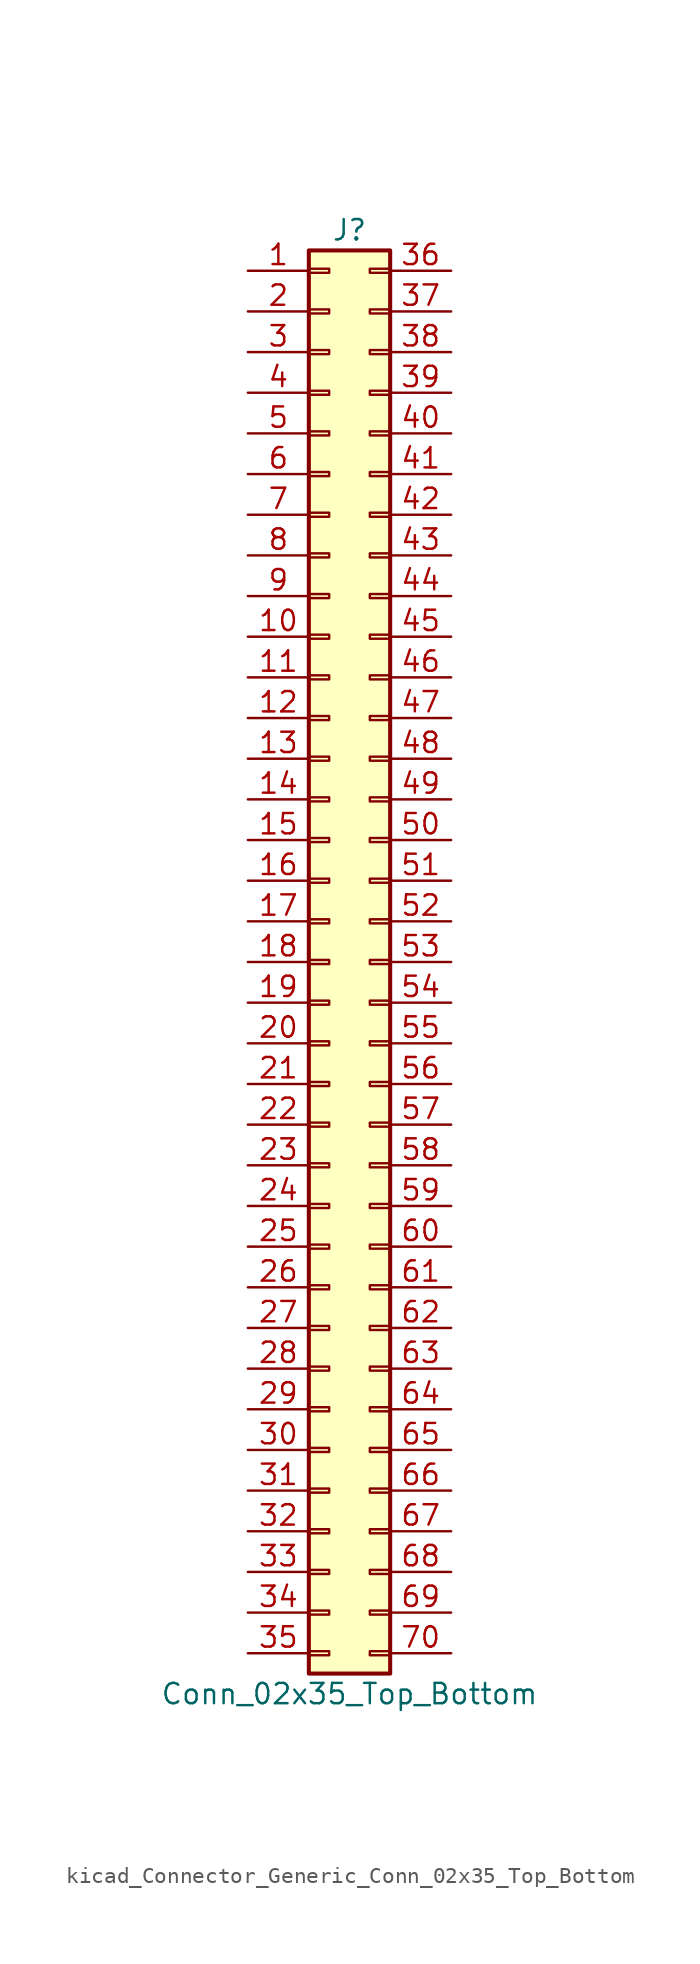
<source format=kicad_sym>
(kicad_symbol_lib
  (version 20220914)
  (generator kicad_symbol_editor)
  (symbol "kicad_Connector_Generic_Conn_02x35_Top_Bottom"
    (pin_names
      (offset 1.016) hide)
    (property "Reference" "J"
      (at 1.27 45.72 0)
      (effects (font (size 1.27 1.27))))
    (property "Value" "Conn_02x35_Top_Bottom"
      (at 1.27 -45.72 0)
      (effects (font (size 1.27 1.27))))
    (symbol "kicad_Connector_Generic_Conn_02x35_Top_Bottom_1_1"
      (rectangle (start -1.27 -43.053) (end 0 -43.307) (stroke (width 0.152) (type default)) (fill (type none)))
      (rectangle (start -1.27 -40.513) (end 0 -40.767) (stroke (width 0.152) (type default)) (fill (type none)))
      (rectangle (start -1.27 -37.973) (end 0 -38.227) (stroke (width 0.152) (type default)) (fill (type none)))
      (rectangle (start -1.27 -35.433) (end 0 -35.687) (stroke (width 0.152) (type default)) (fill (type none)))
      (rectangle (start -1.27 -32.893) (end 0 -33.147) (stroke (width 0.152) (type default)) (fill (type none)))
      (rectangle (start -1.27 -30.353) (end 0 -30.607) (stroke (width 0.152) (type default)) (fill (type none)))
      (rectangle (start -1.27 -27.813) (end 0 -28.067) (stroke (width 0.152) (type default)) (fill (type none)))
      (rectangle (start -1.27 -25.273) (end 0 -25.527) (stroke (width 0.152) (type default)) (fill (type none)))
      (rectangle (start -1.27 -22.733) (end 0 -22.987) (stroke (width 0.152) (type default)) (fill (type none)))
      (rectangle (start -1.27 -20.193) (end 0 -20.447) (stroke (width 0.152) (type default)) (fill (type none)))
      (rectangle (start -1.27 -17.653) (end 0 -17.907) (stroke (width 0.152) (type default)) (fill (type none)))
      (rectangle (start -1.27 -15.113) (end 0 -15.367) (stroke (width 0.152) (type default)) (fill (type none)))
      (rectangle (start -1.27 -12.573) (end 0 -12.827) (stroke (width 0.152) (type default)) (fill (type none)))
      (rectangle (start -1.27 -10.033) (end 0 -10.287) (stroke (width 0.152) (type default)) (fill (type none)))
      (rectangle (start -1.27 -7.493) (end 0 -7.747) (stroke (width 0.152) (type default)) (fill (type none)))
      (rectangle (start -1.27 -4.953) (end 0 -5.207) (stroke (width 0.152) (type default)) (fill (type none)))
      (rectangle (start -1.27 -2.413) (end 0 -2.667) (stroke (width 0.152) (type default)) (fill (type none)))
      (rectangle (start -1.27 0.127) (end 0 -0.127) (stroke (width 0.152) (type default)) (fill (type none)))
      (rectangle (start -1.27 2.667) (end 0 2.413) (stroke (width 0.152) (type default)) (fill (type none)))
      (rectangle (start -1.27 5.207) (end 0 4.953) (stroke (width 0.152) (type default)) (fill (type none)))
      (rectangle (start -1.27 7.747) (end 0 7.493) (stroke (width 0.152) (type default)) (fill (type none)))
      (rectangle (start -1.27 10.287) (end 0 10.033) (stroke (width 0.152) (type default)) (fill (type none)))
      (rectangle (start -1.27 12.827) (end 0 12.573) (stroke (width 0.152) (type default)) (fill (type none)))
      (rectangle (start -1.27 15.367) (end 0 15.113) (stroke (width 0.152) (type default)) (fill (type none)))
      (rectangle (start -1.27 17.907) (end 0 17.653) (stroke (width 0.152) (type default)) (fill (type none)))
      (rectangle (start -1.27 20.447) (end 0 20.193) (stroke (width 0.152) (type default)) (fill (type none)))
      (rectangle (start -1.27 22.987) (end 0 22.733) (stroke (width 0.152) (type default)) (fill (type none)))
      (rectangle (start -1.27 25.527) (end 0 25.273) (stroke (width 0.152) (type default)) (fill (type none)))
      (rectangle (start -1.27 28.067) (end 0 27.813) (stroke (width 0.152) (type default)) (fill (type none)))
      (rectangle (start -1.27 30.607) (end 0 30.353) (stroke (width 0.152) (type default)) (fill (type none)))
      (rectangle (start -1.27 33.147) (end 0 32.893) (stroke (width 0.152) (type default)) (fill (type none)))
      (rectangle (start -1.27 35.687) (end 0 35.433) (stroke (width 0.152) (type default)) (fill (type none)))
      (rectangle (start -1.27 38.227) (end 0 37.973) (stroke (width 0.152) (type default)) (fill (type none)))
      (rectangle (start -1.27 40.767) (end 0 40.513) (stroke (width 0.152) (type default)) (fill (type none)))
      (rectangle (start -1.27 43.307) (end 0 43.053) (stroke (width 0.152) (type default)) (fill (type none)))
      (rectangle (start -1.27 44.45) (end 3.81 -44.45) (stroke (width 0.254) (type default)) (fill (type background)))
      (rectangle (start 3.81 -43.053) (end 2.54 -43.307) (stroke (width 0.152) (type default)) (fill (type none)))
      (rectangle (start 3.81 -40.513) (end 2.54 -40.767) (stroke (width 0.152) (type default)) (fill (type none)))
      (rectangle (start 3.81 -37.973) (end 2.54 -38.227) (stroke (width 0.152) (type default)) (fill (type none)))
      (rectangle (start 3.81 -35.433) (end 2.54 -35.687) (stroke (width 0.152) (type default)) (fill (type none)))
      (rectangle (start 3.81 -32.893) (end 2.54 -33.147) (stroke (width 0.152) (type default)) (fill (type none)))
      (rectangle (start 3.81 -30.353) (end 2.54 -30.607) (stroke (width 0.152) (type default)) (fill (type none)))
      (rectangle (start 3.81 -27.813) (end 2.54 -28.067) (stroke (width 0.152) (type default)) (fill (type none)))
      (rectangle (start 3.81 -25.273) (end 2.54 -25.527) (stroke (width 0.152) (type default)) (fill (type none)))
      (rectangle (start 3.81 -22.733) (end 2.54 -22.987) (stroke (width 0.152) (type default)) (fill (type none)))
      (rectangle (start 3.81 -20.193) (end 2.54 -20.447) (stroke (width 0.152) (type default)) (fill (type none)))
      (rectangle (start 3.81 -17.653) (end 2.54 -17.907) (stroke (width 0.152) (type default)) (fill (type none)))
      (rectangle (start 3.81 -15.113) (end 2.54 -15.367) (stroke (width 0.152) (type default)) (fill (type none)))
      (rectangle (start 3.81 -12.573) (end 2.54 -12.827) (stroke (width 0.152) (type default)) (fill (type none)))
      (rectangle (start 3.81 -10.033) (end 2.54 -10.287) (stroke (width 0.152) (type default)) (fill (type none)))
      (rectangle (start 3.81 -7.493) (end 2.54 -7.747) (stroke (width 0.152) (type default)) (fill (type none)))
      (rectangle (start 3.81 -4.953) (end 2.54 -5.207) (stroke (width 0.152) (type default)) (fill (type none)))
      (rectangle (start 3.81 -2.413) (end 2.54 -2.667) (stroke (width 0.152) (type default)) (fill (type none)))
      (rectangle (start 3.81 0.127) (end 2.54 -0.127) (stroke (width 0.152) (type default)) (fill (type none)))
      (rectangle (start 3.81 2.667) (end 2.54 2.413) (stroke (width 0.152) (type default)) (fill (type none)))
      (rectangle (start 3.81 5.207) (end 2.54 4.953) (stroke (width 0.152) (type default)) (fill (type none)))
      (rectangle (start 3.81 7.747) (end 2.54 7.493) (stroke (width 0.152) (type default)) (fill (type none)))
      (rectangle (start 3.81 10.287) (end 2.54 10.033) (stroke (width 0.152) (type default)) (fill (type none)))
      (rectangle (start 3.81 12.827) (end 2.54 12.573) (stroke (width 0.152) (type default)) (fill (type none)))
      (rectangle (start 3.81 15.367) (end 2.54 15.113) (stroke (width 0.152) (type default)) (fill (type none)))
      (rectangle (start 3.81 17.907) (end 2.54 17.653) (stroke (width 0.152) (type default)) (fill (type none)))
      (rectangle (start 3.81 20.447) (end 2.54 20.193) (stroke (width 0.152) (type default)) (fill (type none)))
      (rectangle (start 3.81 22.987) (end 2.54 22.733) (stroke (width 0.152) (type default)) (fill (type none)))
      (rectangle (start 3.81 25.527) (end 2.54 25.273) (stroke (width 0.152) (type default)) (fill (type none)))
      (rectangle (start 3.81 28.067) (end 2.54 27.813) (stroke (width 0.152) (type default)) (fill (type none)))
      (rectangle (start 3.81 30.607) (end 2.54 30.353) (stroke (width 0.152) (type default)) (fill (type none)))
      (rectangle (start 3.81 33.147) (end 2.54 32.893) (stroke (width 0.152) (type default)) (fill (type none)))
      (rectangle (start 3.81 35.687) (end 2.54 35.433) (stroke (width 0.152) (type default)) (fill (type none)))
      (rectangle (start 3.81 38.227) (end 2.54 37.973) (stroke (width 0.152) (type default)) (fill (type none)))
      (rectangle (start 3.81 40.767) (end 2.54 40.513) (stroke (width 0.152) (type default)) (fill (type none)))
      (rectangle (start 3.81 43.307) (end 2.54 43.053) (stroke (width 0.152) (type default)) (fill (type none)))
      (pin passive line (at -5.08 43.18 0) (length 3.81) (name "Pin_1" (effects (font (size 1.27 1.27)))) (number "1" (effects (font (size 1.27 1.27)))))
      (pin passive line (at -5.08 20.32 0) (length 3.81) (name "Pin_10" (effects (font (size 1.27 1.27)))) (number "10" (effects (font (size 1.27 1.27)))))
      (pin passive line (at -5.08 17.78 0) (length 3.81) (name "Pin_11" (effects (font (size 1.27 1.27)))) (number "11" (effects (font (size 1.27 1.27)))))
      (pin passive line (at -5.08 15.24 0) (length 3.81) (name "Pin_12" (effects (font (size 1.27 1.27)))) (number "12" (effects (font (size 1.27 1.27)))))
      (pin passive line (at -5.08 12.7 0) (length 3.81) (name "Pin_13" (effects (font (size 1.27 1.27)))) (number "13" (effects (font (size 1.27 1.27)))))
      (pin passive line (at -5.08 10.16 0) (length 3.81) (name "Pin_14" (effects (font (size 1.27 1.27)))) (number "14" (effects (font (size 1.27 1.27)))))
      (pin passive line (at -5.08 7.62 0) (length 3.81) (name "Pin_15" (effects (font (size 1.27 1.27)))) (number "15" (effects (font (size 1.27 1.27)))))
      (pin passive line (at -5.08 5.08 0) (length 3.81) (name "Pin_16" (effects (font (size 1.27 1.27)))) (number "16" (effects (font (size 1.27 1.27)))))
      (pin passive line (at -5.08 2.54 0) (length 3.81) (name "Pin_17" (effects (font (size 1.27 1.27)))) (number "17" (effects (font (size 1.27 1.27)))))
      (pin passive line (at -5.08 0 0) (length 3.81) (name "Pin_18" (effects (font (size 1.27 1.27)))) (number "18" (effects (font (size 1.27 1.27)))))
      (pin passive line (at -5.08 -2.54 0) (length 3.81) (name "Pin_19" (effects (font (size 1.27 1.27)))) (number "19" (effects (font (size 1.27 1.27)))))
      (pin passive line (at -5.08 40.64 0) (length 3.81) (name "Pin_2" (effects (font (size 1.27 1.27)))) (number "2" (effects (font (size 1.27 1.27)))))
      (pin passive line (at -5.08 -5.08 0) (length 3.81) (name "Pin_20" (effects (font (size 1.27 1.27)))) (number "20" (effects (font (size 1.27 1.27)))))
      (pin passive line (at -5.08 -7.62 0) (length 3.81) (name "Pin_21" (effects (font (size 1.27 1.27)))) (number "21" (effects (font (size 1.27 1.27)))))
      (pin passive line (at -5.08 -10.16 0) (length 3.81) (name "Pin_22" (effects (font (size 1.27 1.27)))) (number "22" (effects (font (size 1.27 1.27)))))
      (pin passive line (at -5.08 -12.7 0) (length 3.81) (name "Pin_23" (effects (font (size 1.27 1.27)))) (number "23" (effects (font (size 1.27 1.27)))))
      (pin passive line (at -5.08 -15.24 0) (length 3.81) (name "Pin_24" (effects (font (size 1.27 1.27)))) (number "24" (effects (font (size 1.27 1.27)))))
      (pin passive line (at -5.08 -17.78 0) (length 3.81) (name "Pin_25" (effects (font (size 1.27 1.27)))) (number "25" (effects (font (size 1.27 1.27)))))
      (pin passive line (at -5.08 -20.32 0) (length 3.81) (name "Pin_26" (effects (font (size 1.27 1.27)))) (number "26" (effects (font (size 1.27 1.27)))))
      (pin passive line (at -5.08 -22.86 0) (length 3.81) (name "Pin_27" (effects (font (size 1.27 1.27)))) (number "27" (effects (font (size 1.27 1.27)))))
      (pin passive line (at -5.08 -25.4 0) (length 3.81) (name "Pin_28" (effects (font (size 1.27 1.27)))) (number "28" (effects (font (size 1.27 1.27)))))
      (pin passive line (at -5.08 -27.94 0) (length 3.81) (name "Pin_29" (effects (font (size 1.27 1.27)))) (number "29" (effects (font (size 1.27 1.27)))))
      (pin passive line (at -5.08 38.1 0) (length 3.81) (name "Pin_3" (effects (font (size 1.27 1.27)))) (number "3" (effects (font (size 1.27 1.27)))))
      (pin passive line (at -5.08 -30.48 0) (length 3.81) (name "Pin_30" (effects (font (size 1.27 1.27)))) (number "30" (effects (font (size 1.27 1.27)))))
      (pin passive line (at -5.08 -33.02 0) (length 3.81) (name "Pin_31" (effects (font (size 1.27 1.27)))) (number "31" (effects (font (size 1.27 1.27)))))
      (pin passive line (at -5.08 -35.56 0) (length 3.81) (name "Pin_32" (effects (font (size 1.27 1.27)))) (number "32" (effects (font (size 1.27 1.27)))))
      (pin passive line (at -5.08 -38.1 0) (length 3.81) (name "Pin_33" (effects (font (size 1.27 1.27)))) (number "33" (effects (font (size 1.27 1.27)))))
      (pin passive line (at -5.08 -40.64 0) (length 3.81) (name "Pin_34" (effects (font (size 1.27 1.27)))) (number "34" (effects (font (size 1.27 1.27)))))
      (pin passive line (at -5.08 -43.18 0) (length 3.81) (name "Pin_35" (effects (font (size 1.27 1.27)))) (number "35" (effects (font (size 1.27 1.27)))))
      (pin passive line (at 7.62 43.18 180) (length 3.81) (name "Pin_36" (effects (font (size 1.27 1.27)))) (number "36" (effects (font (size 1.27 1.27)))))
      (pin passive line (at 7.62 40.64 180) (length 3.81) (name "Pin_37" (effects (font (size 1.27 1.27)))) (number "37" (effects (font (size 1.27 1.27)))))
      (pin passive line (at 7.62 38.1 180) (length 3.81) (name "Pin_38" (effects (font (size 1.27 1.27)))) (number "38" (effects (font (size 1.27 1.27)))))
      (pin passive line (at 7.62 35.56 180) (length 3.81) (name "Pin_39" (effects (font (size 1.27 1.27)))) (number "39" (effects (font (size 1.27 1.27)))))
      (pin passive line (at -5.08 35.56 0) (length 3.81) (name "Pin_4" (effects (font (size 1.27 1.27)))) (number "4" (effects (font (size 1.27 1.27)))))
      (pin passive line (at 7.62 33.02 180) (length 3.81) (name "Pin_40" (effects (font (size 1.27 1.27)))) (number "40" (effects (font (size 1.27 1.27)))))
      (pin passive line (at 7.62 30.48 180) (length 3.81) (name "Pin_41" (effects (font (size 1.27 1.27)))) (number "41" (effects (font (size 1.27 1.27)))))
      (pin passive line (at 7.62 27.94 180) (length 3.81) (name "Pin_42" (effects (font (size 1.27 1.27)))) (number "42" (effects (font (size 1.27 1.27)))))
      (pin passive line (at 7.62 25.4 180) (length 3.81) (name "Pin_43" (effects (font (size 1.27 1.27)))) (number "43" (effects (font (size 1.27 1.27)))))
      (pin passive line (at 7.62 22.86 180) (length 3.81) (name "Pin_44" (effects (font (size 1.27 1.27)))) (number "44" (effects (font (size 1.27 1.27)))))
      (pin passive line (at 7.62 20.32 180) (length 3.81) (name "Pin_45" (effects (font (size 1.27 1.27)))) (number "45" (effects (font (size 1.27 1.27)))))
      (pin passive line (at 7.62 17.78 180) (length 3.81) (name "Pin_46" (effects (font (size 1.27 1.27)))) (number "46" (effects (font (size 1.27 1.27)))))
      (pin passive line (at 7.62 15.24 180) (length 3.81) (name "Pin_47" (effects (font (size 1.27 1.27)))) (number "47" (effects (font (size 1.27 1.27)))))
      (pin passive line (at 7.62 12.7 180) (length 3.81) (name "Pin_48" (effects (font (size 1.27 1.27)))) (number "48" (effects (font (size 1.27 1.27)))))
      (pin passive line (at 7.62 10.16 180) (length 3.81) (name "Pin_49" (effects (font (size 1.27 1.27)))) (number "49" (effects (font (size 1.27 1.27)))))
      (pin passive line (at -5.08 33.02 0) (length 3.81) (name "Pin_5" (effects (font (size 1.27 1.27)))) (number "5" (effects (font (size 1.27 1.27)))))
      (pin passive line (at 7.62 7.62 180) (length 3.81) (name "Pin_50" (effects (font (size 1.27 1.27)))) (number "50" (effects (font (size 1.27 1.27)))))
      (pin passive line (at 7.62 5.08 180) (length 3.81) (name "Pin_51" (effects (font (size 1.27 1.27)))) (number "51" (effects (font (size 1.27 1.27)))))
      (pin passive line (at 7.62 2.54 180) (length 3.81) (name "Pin_52" (effects (font (size 1.27 1.27)))) (number "52" (effects (font (size 1.27 1.27)))))
      (pin passive line (at 7.62 0 180) (length 3.81) (name "Pin_53" (effects (font (size 1.27 1.27)))) (number "53" (effects (font (size 1.27 1.27)))))
      (pin passive line (at 7.62 -2.54 180) (length 3.81) (name "Pin_54" (effects (font (size 1.27 1.27)))) (number "54" (effects (font (size 1.27 1.27)))))
      (pin passive line (at 7.62 -5.08 180) (length 3.81) (name "Pin_55" (effects (font (size 1.27 1.27)))) (number "55" (effects (font (size 1.27 1.27)))))
      (pin passive line (at 7.62 -7.62 180) (length 3.81) (name "Pin_56" (effects (font (size 1.27 1.27)))) (number "56" (effects (font (size 1.27 1.27)))))
      (pin passive line (at 7.62 -10.16 180) (length 3.81) (name "Pin_57" (effects (font (size 1.27 1.27)))) (number "57" (effects (font (size 1.27 1.27)))))
      (pin passive line (at 7.62 -12.7 180) (length 3.81) (name "Pin_58" (effects (font (size 1.27 1.27)))) (number "58" (effects (font (size 1.27 1.27)))))
      (pin passive line (at 7.62 -15.24 180) (length 3.81) (name "Pin_59" (effects (font (size 1.27 1.27)))) (number "59" (effects (font (size 1.27 1.27)))))
      (pin passive line (at -5.08 30.48 0) (length 3.81) (name "Pin_6" (effects (font (size 1.27 1.27)))) (number "6" (effects (font (size 1.27 1.27)))))
      (pin passive line (at 7.62 -17.78 180) (length 3.81) (name "Pin_60" (effects (font (size 1.27 1.27)))) (number "60" (effects (font (size 1.27 1.27)))))
      (pin passive line (at 7.62 -20.32 180) (length 3.81) (name "Pin_61" (effects (font (size 1.27 1.27)))) (number "61" (effects (font (size 1.27 1.27)))))
      (pin passive line (at 7.62 -22.86 180) (length 3.81) (name "Pin_62" (effects (font (size 1.27 1.27)))) (number "62" (effects (font (size 1.27 1.27)))))
      (pin passive line (at 7.62 -25.4 180) (length 3.81) (name "Pin_63" (effects (font (size 1.27 1.27)))) (number "63" (effects (font (size 1.27 1.27)))))
      (pin passive line (at 7.62 -27.94 180) (length 3.81) (name "Pin_64" (effects (font (size 1.27 1.27)))) (number "64" (effects (font (size 1.27 1.27)))))
      (pin passive line (at 7.62 -30.48 180) (length 3.81) (name "Pin_65" (effects (font (size 1.27 1.27)))) (number "65" (effects (font (size 1.27 1.27)))))
      (pin passive line (at 7.62 -33.02 180) (length 3.81) (name "Pin_66" (effects (font (size 1.27 1.27)))) (number "66" (effects (font (size 1.27 1.27)))))
      (pin passive line (at 7.62 -35.56 180) (length 3.81) (name "Pin_67" (effects (font (size 1.27 1.27)))) (number "67" (effects (font (size 1.27 1.27)))))
      (pin passive line (at 7.62 -38.1 180) (length 3.81) (name "Pin_68" (effects (font (size 1.27 1.27)))) (number "68" (effects (font (size 1.27 1.27)))))
      (pin passive line (at 7.62 -40.64 180) (length 3.81) (name "Pin_69" (effects (font (size 1.27 1.27)))) (number "69" (effects (font (size 1.27 1.27)))))
      (pin passive line (at -5.08 27.94 0) (length 3.81) (name "Pin_7" (effects (font (size 1.27 1.27)))) (number "7" (effects (font (size 1.27 1.27)))))
      (pin passive line (at 7.62 -43.18 180) (length 3.81) (name "Pin_70" (effects (font (size 1.27 1.27)))) (number "70" (effects (font (size 1.27 1.27)))))
      (pin passive line (at -5.08 25.4 0) (length 3.81) (name "Pin_8" (effects (font (size 1.27 1.27)))) (number "8" (effects (font (size 1.27 1.27)))))
      (pin passive line (at -5.08 22.86 0) (length 3.81) (name "Pin_9" (effects (font (size 1.27 1.27)))) (number "9" (effects (font (size 1.27 1.27))))))))
</source>
